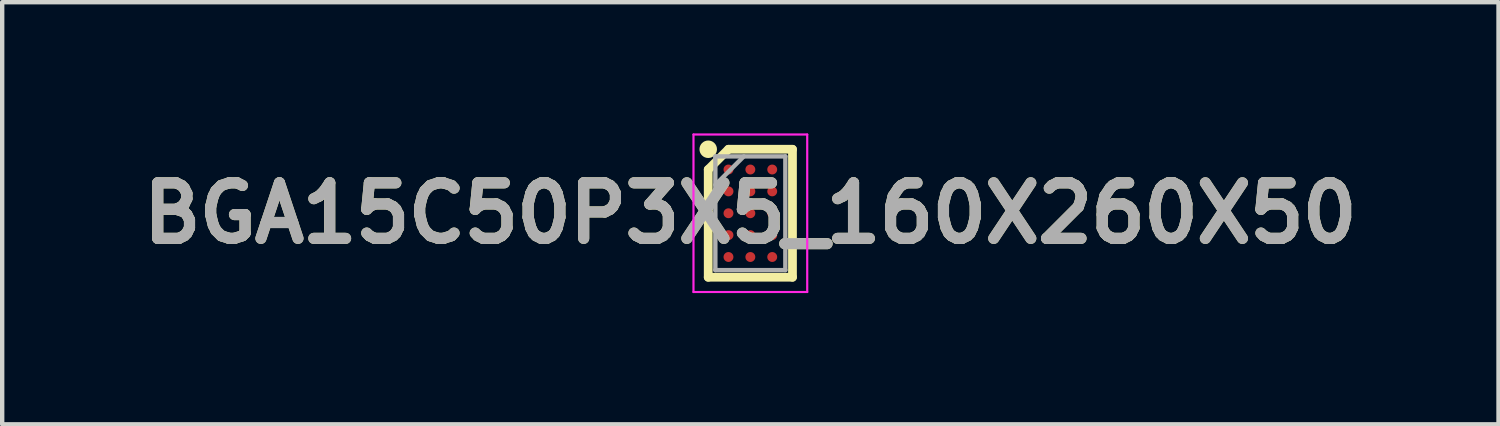
<source format=kicad_pcb>
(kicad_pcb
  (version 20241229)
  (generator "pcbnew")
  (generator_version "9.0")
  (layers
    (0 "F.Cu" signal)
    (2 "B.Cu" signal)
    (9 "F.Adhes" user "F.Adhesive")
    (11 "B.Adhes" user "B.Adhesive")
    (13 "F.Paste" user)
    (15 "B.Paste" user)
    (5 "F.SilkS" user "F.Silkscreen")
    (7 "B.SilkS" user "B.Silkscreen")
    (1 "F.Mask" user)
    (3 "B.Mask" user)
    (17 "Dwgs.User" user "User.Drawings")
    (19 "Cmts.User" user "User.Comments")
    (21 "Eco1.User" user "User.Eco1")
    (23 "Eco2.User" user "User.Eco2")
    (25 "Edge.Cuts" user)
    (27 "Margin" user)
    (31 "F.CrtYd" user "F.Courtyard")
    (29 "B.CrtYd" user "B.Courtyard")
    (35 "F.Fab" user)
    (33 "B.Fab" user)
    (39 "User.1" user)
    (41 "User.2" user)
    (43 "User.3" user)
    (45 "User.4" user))
  (footprint "BGA15C50P3X5_160X260X50"
    (layer "F.Cu")
    (at 14.103 1.825)
    (property "Reference" "BGA15C50P3X5_160X260X50" (at 0 0 0) (layer "F.SilkS") (effects (font (size 1.27 1.27) (thickness 0.254))))
    (attr smd)
    (fp_line (start -0.963 -1) (end -0.5 -1.463) (stroke (width 0.2) (type solid)) (layer "F.SilkS"))
    (fp_line (start -0.963 1.463) (end -0.963 -1) (stroke (width 0.2) (type solid)) (layer "F.SilkS"))
    (fp_line (start -0.5 -1.463) (end 0.963 -1.463) (stroke (width 0.2) (type solid)) (layer "F.SilkS"))
    (fp_line (start 0.963 -1.463) (end 0.963 1.463) (stroke (width 0.2) (type solid)) (layer "F.SilkS"))
    (fp_line (start 0.963 1.463) (end -0.963 1.463) (stroke (width 0.2) (type solid)) (layer "F.SilkS"))
    (fp_circle (center -0.963 -1.463) (end -0.963 -1.363) (stroke (width 0.2) (type solid)) (fill no) (layer "F.SilkS"))
    (fp_line (start -1.3 -1.8) (end 1.3 -1.8) (stroke (width 0.05) (type solid)) (layer "F.CrtYd"))
    (fp_line (start -1.3 1.8) (end -1.3 -1.8) (stroke (width 0.05) (type solid)) (layer "F.CrtYd"))
    (fp_line (start 1.3 -1.8) (end 1.3 1.8) (stroke (width 0.05) (type solid)) (layer "F.CrtYd"))
    (fp_line (start 1.3 1.8) (end -1.3 1.8) (stroke (width 0.05) (type solid)) (layer "F.CrtYd"))
    (fp_line (start -0.8 -1.3) (end 0.8 -1.3) (stroke (width 0.1) (type solid)) (layer "F.Fab"))
    (fp_line (start -0.8 -0.65) (end -0.15 -1.3) (stroke (width 0.1) (type solid)) (layer "F.Fab"))
    (fp_line (start -0.8 1.3) (end -0.8 -1.3) (stroke (width 0.1) (type solid)) (layer "F.Fab"))
    (fp_line (start 0.8 -1.3) (end 0.8 1.3) (stroke (width 0.1) (type solid)) (layer "F.Fab"))
    (fp_line (start 0.8 1.3) (end -0.8 1.3) (stroke (width 0.1) (type solid)) (layer "F.Fab"))
    (fp_text user "${REFERENCE}" (at 0 0 0) (layer "F.Fab") (effects (font (size 1.27 1.27) (thickness 0.254))))
    (pad "A1" smd circle (at -0.5 -1 90) (size 0.226 0.226) (layers "F.Cu" "F.Mask" "F.Paste"))
    (pad "A2" smd circle (at 0 -1 90) (size 0.226 0.226) (layers "F.Cu" "F.Mask" "F.Paste"))
    (pad "A3" smd circle (at 0.5 -1 90) (size 0.226 0.226) (layers "F.Cu" "F.Mask" "F.Paste"))
    (pad "B1" smd circle (at -0.5 -0.5 90) (size 0.226 0.226) (layers "F.Cu" "F.Mask" "F.Paste"))
    (pad "B2" smd circle (at 0 -0.5 90) (size 0.226 0.226) (layers "F.Cu" "F.Mask" "F.Paste"))
    (pad "B3" smd circle (at 0.5 -0.5 90) (size 0.226 0.226) (layers "F.Cu" "F.Mask" "F.Paste"))
    (pad "C1" smd circle (at -0.5 0 90) (size 0.226 0.226) (layers "F.Cu" "F.Mask" "F.Paste"))
    (pad "C2" smd circle (at 0 0 90) (size 0.226 0.226) (layers "F.Cu" "F.Mask" "F.Paste"))
    (pad "C3" smd circle (at 0.5 0 90) (size 0.226 0.226) (layers "F.Cu" "F.Mask" "F.Paste"))
    (pad "D1" smd circle (at -0.5 0.5 90) (size 0.226 0.226) (layers "F.Cu" "F.Mask" "F.Paste"))
    (pad "D2" smd circle (at 0 0.5 90) (size 0.226 0.226) (layers "F.Cu" "F.Mask" "F.Paste"))
    (pad "D3" smd circle (at 0.5 0.5 90) (size 0.226 0.226) (layers "F.Cu" "F.Mask" "F.Paste"))
    (pad "E1" smd circle (at -0.5 1 90) (size 0.226 0.226) (layers "F.Cu" "F.Mask" "F.Paste"))
    (pad "E2" smd circle (at 0 1 90) (size 0.226 0.226) (layers "F.Cu" "F.Mask" "F.Paste"))
    (pad "E3" smd circle (at 0.5 1 90) (size 0.226 0.226) (layers "F.Cu" "F.Mask" "F.Paste")))
  (gr_rect
    (start -3 -3)
    (end 31.206 6.65)
    (stroke (width 0.1) (type default))
    (fill no)
    (layer "Edge.Cuts")))
</source>
